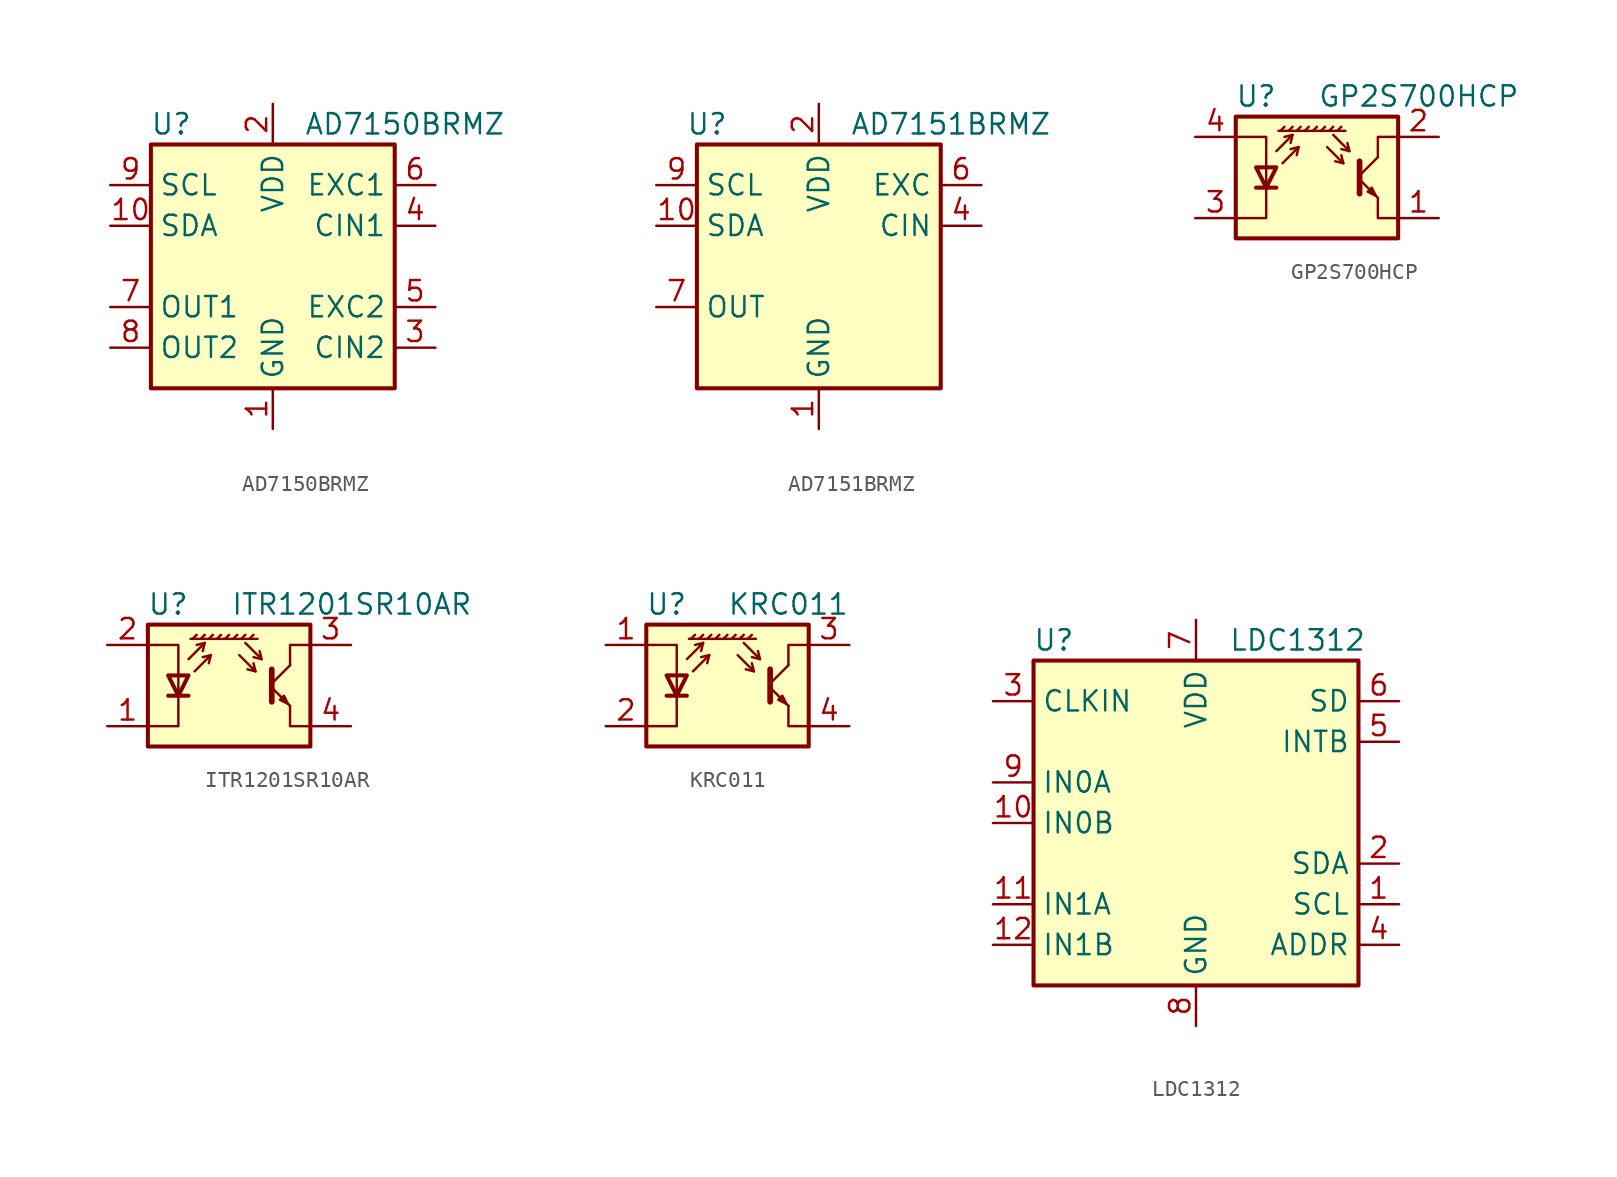
<source format=kicad_sym>
(kicad_symbol_lib
  (version 20241209)
  (generator "kicad_symbol_editor")
  (generator_version "9.0")
  (symbol "AD7150BRMZ"
    (property "Reference" "U"
      (at -6.35 8.89 0)
      (effects (font (size 1.27 1.27))))
    (property "Value" "AD7150BRMZ"
      (at 8.255 8.89 0)
      (effects (font (size 1.27 1.27))))
    (symbol "AD7150BRMZ_0_0"
      (pin input line (at -10.16 5.08 0) (length 2.54) (name "SCL" (effects (font (size 1.27 1.27)))) (number "9" (effects (font (size 1.27 1.27)))))
      (pin bidirectional line (at -10.16 2.54 0) (length 2.54) (name "SDA" (effects (font (size 1.27 1.27)))) (number "10" (effects (font (size 1.27 1.27)))))
      (pin output line (at -10.16 -2.54 0) (length 2.54) (name "OUT1" (effects (font (size 1.27 1.27)))) (number "7" (effects (font (size 1.27 1.27)))))
      (pin output line (at -10.16 -5.08 0) (length 2.54) (name "OUT2" (effects (font (size 1.27 1.27)))) (number "8" (effects (font (size 1.27 1.27)))))
      (pin power_in line (at 0 10.16 270) (length 2.54) (name "VDD" (effects (font (size 1.27 1.27)))) (number "2" (effects (font (size 1.27 1.27)))))
      (pin power_in line (at 0 -10.16 90) (length 2.54) (name "GND" (effects (font (size 1.27 1.27)))) (number "1" (effects (font (size 1.27 1.27)))))
      (pin output line (at 10.16 5.08 180) (length 2.54) (name "EXC1" (effects (font (size 1.27 1.27)))) (number "6" (effects (font (size 1.27 1.27)))))
      (pin passive line (at 10.16 2.54 180) (length 2.54) (name "CIN1" (effects (font (size 1.27 1.27)))) (number "4" (effects (font (size 1.27 1.27)))))
      (pin output line (at 10.16 -2.54 180) (length 2.54) (name "EXC2" (effects (font (size 1.27 1.27)))) (number "5" (effects (font (size 1.27 1.27)))))
      (pin passive line (at 10.16 -5.08 180) (length 2.54) (name "CIN2" (effects (font (size 1.27 1.27)))) (number "3" (effects (font (size 1.27 1.27))))))
    (symbol "AD7150BRMZ_1_1"
      (rectangle (start -7.62 7.62) (end 7.62 -7.62) (stroke (width 0.254) (type default)) (fill (type background)))))
  (symbol "AD7151BRMZ"
    (property "Reference" "U"
      (at -6.985 8.89 0)
      (effects (font (size 1.27 1.27))))
    (property "Value" "AD7151BRMZ"
      (at 8.255 8.89 0)
      (effects (font (size 1.27 1.27))))
    (symbol "AD7151BRMZ_0_0"
      (pin input line (at -10.16 5.08 0) (length 2.54) (name "SCL" (effects (font (size 1.27 1.27)))) (number "9" (effects (font (size 1.27 1.27)))))
      (pin bidirectional line (at -10.16 2.54 0) (length 2.54) (name "SDA" (effects (font (size 1.27 1.27)))) (number "10" (effects (font (size 1.27 1.27)))))
      (pin power_in line (at 0 10.16 270) (length 2.54) (name "VDD" (effects (font (size 1.27 1.27)))) (number "2" (effects (font (size 1.27 1.27)))))
      (pin power_in line (at 0 -10.16 90) (length 2.54) (name "GND" (effects (font (size 1.27 1.27)))) (number "1" (effects (font (size 1.27 1.27))))))
    (symbol "AD7151BRMZ_1_0"
      (pin output line (at -10.16 -2.54 0) (length 2.54) (name "OUT" (effects (font (size 1.27 1.27)))) (number "7" (effects (font (size 1.27 1.27)))))
      (pin no_connect line (at -7.62 -5.08 0) (length 2.54) (hide yes) (name "NC" (effects (font (size 1.27 1.27)))) (number "8" (effects (font (size 1.27 1.27)))))
      (pin no_connect line (at 7.62 -2.54 180) (length 2.54) (hide yes) (name "NC" (effects (font (size 1.27 1.27)))) (number "5" (effects (font (size 1.27 1.27)))))
      (pin no_connect line (at 7.62 -5.08 180) (length 2.54) (hide yes) (name "NC" (effects (font (size 1.27 1.27)))) (number "3" (effects (font (size 1.27 1.27)))))
      (pin output line (at 10.16 5.08 180) (length 2.54) (name "EXC" (effects (font (size 1.27 1.27)))) (number "6" (effects (font (size 1.27 1.27)))))
      (pin passive line (at 10.16 2.54 180) (length 2.54) (name "CIN" (effects (font (size 1.27 1.27)))) (number "4" (effects (font (size 1.27 1.27))))))
    (symbol "AD7151BRMZ_1_1"
      (rectangle (start -7.62 7.62) (end 7.62 -7.62) (stroke (width 0.254) (type default)) (fill (type background)))))
  (symbol "GP2S700HCP"
    (pin_names
      (offset 0.025)
      (hide yes))
    (property "Reference" "U"
      (at -3.81 5.08 0)
      (effects (font (size 1.27 1.27))))
    (property "Value" "GP2S700HCP"
      (at 12.7 5.08 0)
      (effects (font (size 1.27 1.27)) (justify right)))
    (symbol "GP2S700HCP_0_1"
      (polyline (pts (xy -5.08 -2.54) (xy -3.175 -2.54) (xy -3.175 2.54) (xy -5.08 2.54)) (stroke (width 0) (type default)) (fill (type none)))
      (polyline (pts (xy -5.08 -3.81) (xy 5.08 -3.81) (xy 5.08 3.81) (xy -5.08 3.81) (xy -5.08 -3.81)) (stroke (width 0.254) (type default)) (fill (type background)))
      (polyline (pts (xy -3.81 -0.635) (xy -2.54 -0.635)) (stroke (width 0.254) (type default)) (fill (type none)))
      (polyline (pts (xy -3.175 -0.635) (xy -3.81 0.635) (xy -2.54 0.635) (xy -3.175 -0.635)) (stroke (width 0.254) (type default)) (fill (type none)))
      (polyline (pts (xy -2.54 1.651) (xy -1.524 2.667) (xy -2.032 2.54)) (stroke (width 0) (type default)) (fill (type none)))
      (polyline (pts (xy -2.286 2.921) (xy -2.032 3.175)) (stroke (width 0) (type default)) (fill (type none)))
      (polyline (pts (xy -2.159 0.889) (xy -1.143 1.905) (xy -1.651 1.778)) (stroke (width 0) (type default)) (fill (type none)))
      (polyline (pts (xy -1.778 2.921) (xy -1.524 3.175)) (stroke (width 0) (type default)) (fill (type none)))
      (polyline (pts (xy -1.524 2.667) (xy -1.651 2.159)) (stroke (width 0) (type default)) (fill (type none)))
      (polyline (pts (xy -1.27 2.921) (xy -1.016 3.175)) (stroke (width 0) (type default)) (fill (type none)))
      (polyline (pts (xy -1.143 1.905) (xy -1.27 1.397)) (stroke (width 0) (type default)) (fill (type none)))
      (polyline (pts (xy -0.762 2.921) (xy -0.508 3.175)) (stroke (width 0) (type default)) (fill (type none)))
      (polyline (pts (xy -0.254 2.921) (xy 0 3.175)) (stroke (width 0) (type default)) (fill (type none)))
      (polyline (pts (xy 0.254 2.921) (xy 0.508 3.175)) (stroke (width 0) (type default)) (fill (type none)))
      (polyline (pts (xy 0.635 1.905) (xy 1.651 0.889) (xy 1.524 1.397)) (stroke (width 0) (type default)) (fill (type none)))
      (polyline (pts (xy 0.762 2.921) (xy 1.016 3.175)) (stroke (width 0) (type default)) (fill (type none)))
      (polyline (pts (xy 1.016 2.667) (xy 2.032 1.651) (xy 1.905 2.159)) (stroke (width 0) (type default)) (fill (type none)))
      (polyline (pts (xy 1.27 2.921) (xy 1.524 3.175)) (stroke (width 0) (type default)) (fill (type none)))
      (polyline (pts (xy 1.651 0.889) (xy 1.143 1.016)) (stroke (width 0) (type default)) (fill (type none)))
      (polyline (pts (xy 1.778 2.921) (xy -2.413 2.921)) (stroke (width 0) (type default)) (fill (type none)))
      (polyline (pts (xy 2.032 1.651) (xy 1.524 1.778)) (stroke (width 0) (type default)) (fill (type none)))
      (polyline (pts (xy 2.667 1.016) (xy 2.667 -1.016) (xy 2.667 -1.016)) (stroke (width 0.356) (type default)) (fill (type none)))
      (polyline (pts (xy 2.667 0.127) (xy 3.81 1.27)) (stroke (width 0) (type default)) (fill (type none)))
      (polyline (pts (xy 2.667 -0.127) (xy 3.81 -1.27)) (stroke (width 0) (type default)) (fill (type none)))
      (polyline (pts (xy 3.683 -1.143) (xy 3.429 -0.635) (xy 3.175 -0.889) (xy 3.683 -1.143)) (stroke (width 0) (type default)) (fill (type none)))
      (polyline (pts (xy 3.81 1.27) (xy 3.81 2.54) (xy 5.08 2.54)) (stroke (width 0) (type default)) (fill (type none)))
      (polyline (pts (xy 3.81 -1.27) (xy 3.81 -2.54) (xy 5.08 -2.54)) (stroke (width 0) (type default)) (fill (type none))))
    (symbol "GP2S700HCP_1_1"
      (pin passive line (at -7.62 2.54 0) (length 2.54) (name "A" (effects (font (size 1.27 1.27)))) (number "4" (effects (font (size 1.27 1.27)))))
      (pin passive line (at -7.62 -2.54 0) (length 2.54) (name "K" (effects (font (size 1.27 1.27)))) (number "3" (effects (font (size 1.27 1.27)))))
      (pin open_collector line (at 7.62 2.54 180) (length 2.54) (name "~" (effects (font (size 1.27 1.27)))) (number "2" (effects (font (size 1.27 1.27)))))
      (pin open_emitter line (at 7.62 -2.54 180) (length 2.54) (name "~" (effects (font (size 1.27 1.27)))) (number "1" (effects (font (size 1.27 1.27)))))))
  (symbol "ITR1201SR10AR"
    (pin_names
      (offset 0.025)
      (hide yes))
    (property "Reference" "U"
      (at -3.81 5.08 0)
      (effects (font (size 1.27 1.27))))
    (property "Value" "ITR1201SR10AR"
      (at 15.24 5.08 0)
      (effects (font (size 1.27 1.27)) (justify right)))
    (symbol "ITR1201SR10AR_0_1"
      (polyline (pts (xy -5.08 -2.54) (xy -3.175 -2.54) (xy -3.175 2.54) (xy -5.08 2.54)) (stroke (width 0) (type default)) (fill (type none)))
      (polyline (pts (xy -5.08 -3.81) (xy 5.08 -3.81) (xy 5.08 3.81) (xy -5.08 3.81) (xy -5.08 -3.81)) (stroke (width 0.254) (type default)) (fill (type background)))
      (polyline (pts (xy -3.81 -0.635) (xy -2.54 -0.635)) (stroke (width 0.254) (type default)) (fill (type none)))
      (polyline (pts (xy -3.175 -0.635) (xy -3.81 0.635) (xy -2.54 0.635) (xy -3.175 -0.635)) (stroke (width 0.254) (type default)) (fill (type none)))
      (polyline (pts (xy -2.54 1.651) (xy -1.524 2.667) (xy -2.032 2.54)) (stroke (width 0) (type default)) (fill (type none)))
      (polyline (pts (xy -2.286 2.921) (xy -2.032 3.175)) (stroke (width 0) (type default)) (fill (type none)))
      (polyline (pts (xy -2.159 0.889) (xy -1.143 1.905) (xy -1.651 1.778)) (stroke (width 0) (type default)) (fill (type none)))
      (polyline (pts (xy -1.778 2.921) (xy -1.524 3.175)) (stroke (width 0) (type default)) (fill (type none)))
      (polyline (pts (xy -1.524 2.667) (xy -1.651 2.159)) (stroke (width 0) (type default)) (fill (type none)))
      (polyline (pts (xy -1.27 2.921) (xy -1.016 3.175)) (stroke (width 0) (type default)) (fill (type none)))
      (polyline (pts (xy -1.143 1.905) (xy -1.27 1.397)) (stroke (width 0) (type default)) (fill (type none)))
      (polyline (pts (xy -0.762 2.921) (xy -0.508 3.175)) (stroke (width 0) (type default)) (fill (type none)))
      (polyline (pts (xy -0.254 2.921) (xy 0 3.175)) (stroke (width 0) (type default)) (fill (type none)))
      (polyline (pts (xy 0.254 2.921) (xy 0.508 3.175)) (stroke (width 0) (type default)) (fill (type none)))
      (polyline (pts (xy 0.635 1.905) (xy 1.651 0.889) (xy 1.524 1.397)) (stroke (width 0) (type default)) (fill (type none)))
      (polyline (pts (xy 0.762 2.921) (xy 1.016 3.175)) (stroke (width 0) (type default)) (fill (type none)))
      (polyline (pts (xy 1.016 2.667) (xy 2.032 1.651) (xy 1.905 2.159)) (stroke (width 0) (type default)) (fill (type none)))
      (polyline (pts (xy 1.27 2.921) (xy 1.524 3.175)) (stroke (width 0) (type default)) (fill (type none)))
      (polyline (pts (xy 1.651 0.889) (xy 1.143 1.016)) (stroke (width 0) (type default)) (fill (type none)))
      (polyline (pts (xy 1.778 2.921) (xy -2.413 2.921)) (stroke (width 0) (type default)) (fill (type none)))
      (polyline (pts (xy 2.032 1.651) (xy 1.524 1.778)) (stroke (width 0) (type default)) (fill (type none)))
      (polyline (pts (xy 2.667 1.016) (xy 2.667 -1.016) (xy 2.667 -1.016)) (stroke (width 0.356) (type default)) (fill (type none)))
      (polyline (pts (xy 2.667 0.127) (xy 3.81 1.27)) (stroke (width 0) (type default)) (fill (type none)))
      (polyline (pts (xy 2.667 -0.127) (xy 3.81 -1.27)) (stroke (width 0) (type default)) (fill (type none)))
      (polyline (pts (xy 3.683 -1.143) (xy 3.429 -0.635) (xy 3.175 -0.889) (xy 3.683 -1.143)) (stroke (width 0) (type default)) (fill (type none)))
      (polyline (pts (xy 3.81 1.27) (xy 3.81 2.54) (xy 5.08 2.54)) (stroke (width 0) (type default)) (fill (type none)))
      (polyline (pts (xy 3.81 -1.27) (xy 3.81 -2.54) (xy 5.08 -2.54)) (stroke (width 0) (type default)) (fill (type none))))
    (symbol "ITR1201SR10AR_1_1"
      (pin passive line (at -7.62 2.54 0) (length 2.54) (name "A" (effects (font (size 1.27 1.27)))) (number "2" (effects (font (size 1.27 1.27)))))
      (pin passive line (at -7.62 -2.54 0) (length 2.54) (name "K" (effects (font (size 1.27 1.27)))) (number "1" (effects (font (size 1.27 1.27)))))
      (pin open_collector line (at 7.62 2.54 180) (length 2.54) (name "~" (effects (font (size 1.27 1.27)))) (number "3" (effects (font (size 1.27 1.27)))))
      (pin open_emitter line (at 7.62 -2.54 180) (length 2.54) (name "~" (effects (font (size 1.27 1.27)))) (number "4" (effects (font (size 1.27 1.27)))))))
  (symbol "KRC011"
    (pin_names
      (offset 1.016)
      (hide yes))
    (property "Reference" "U"
      (at -3.81 5.08 0)
      (effects (font (size 1.27 1.27))))
    (property "Value" "KRC011"
      (at 7.62 5.08 0)
      (effects (font (size 1.27 1.27)) (justify right)))
    (symbol "KRC011_0_1"
      (polyline (pts (xy -5.08 -2.54) (xy -3.175 -2.54) (xy -3.175 2.54) (xy -5.08 2.54)) (stroke (width 0) (type default)) (fill (type none)))
      (polyline (pts (xy -5.08 -3.81) (xy 5.08 -3.81) (xy 5.08 3.81) (xy -5.08 3.81) (xy -5.08 -3.81)) (stroke (width 0.254) (type default)) (fill (type background)))
      (polyline (pts (xy -3.81 -0.635) (xy -2.54 -0.635)) (stroke (width 0.254) (type default)) (fill (type none)))
      (polyline (pts (xy -3.175 -0.635) (xy -3.81 0.635) (xy -2.54 0.635) (xy -3.175 -0.635)) (stroke (width 0.254) (type default)) (fill (type none)))
      (polyline (pts (xy -2.54 1.651) (xy -1.524 2.667) (xy -2.032 2.54)) (stroke (width 0) (type default)) (fill (type none)))
      (polyline (pts (xy -2.286 2.921) (xy -2.032 3.175)) (stroke (width 0) (type default)) (fill (type none)))
      (polyline (pts (xy -2.159 0.889) (xy -1.143 1.905) (xy -1.651 1.778)) (stroke (width 0) (type default)) (fill (type none)))
      (polyline (pts (xy -1.778 2.921) (xy -1.524 3.175)) (stroke (width 0) (type default)) (fill (type none)))
      (polyline (pts (xy -1.524 2.667) (xy -1.651 2.159)) (stroke (width 0) (type default)) (fill (type none)))
      (polyline (pts (xy -1.27 2.921) (xy -1.016 3.175)) (stroke (width 0) (type default)) (fill (type none)))
      (polyline (pts (xy -1.143 1.905) (xy -1.27 1.397)) (stroke (width 0) (type default)) (fill (type none)))
      (polyline (pts (xy -0.762 2.921) (xy -0.508 3.175)) (stroke (width 0) (type default)) (fill (type none)))
      (polyline (pts (xy -0.254 2.921) (xy 0 3.175)) (stroke (width 0) (type default)) (fill (type none)))
      (polyline (pts (xy 0.254 2.921) (xy 0.508 3.175)) (stroke (width 0) (type default)) (fill (type none)))
      (polyline (pts (xy 0.635 1.905) (xy 1.651 0.889) (xy 1.524 1.397)) (stroke (width 0) (type default)) (fill (type none)))
      (polyline (pts (xy 0.762 2.921) (xy 1.016 3.175)) (stroke (width 0) (type default)) (fill (type none)))
      (polyline (pts (xy 1.016 2.667) (xy 2.032 1.651) (xy 1.905 2.159)) (stroke (width 0) (type default)) (fill (type none)))
      (polyline (pts (xy 1.27 2.921) (xy 1.524 3.175)) (stroke (width 0) (type default)) (fill (type none)))
      (polyline (pts (xy 1.651 0.889) (xy 1.143 1.016)) (stroke (width 0) (type default)) (fill (type none)))
      (polyline (pts (xy 1.778 2.921) (xy -2.413 2.921)) (stroke (width 0) (type default)) (fill (type none)))
      (polyline (pts (xy 2.032 1.651) (xy 1.524 1.778)) (stroke (width 0) (type default)) (fill (type none)))
      (polyline (pts (xy 2.667 1.016) (xy 2.667 -1.016) (xy 2.667 -1.016)) (stroke (width 0.356) (type default)) (fill (type none)))
      (polyline (pts (xy 2.667 0.127) (xy 3.81 1.27)) (stroke (width 0) (type default)) (fill (type none)))
      (polyline (pts (xy 2.667 -0.127) (xy 3.81 -1.27)) (stroke (width 0) (type default)) (fill (type none)))
      (polyline (pts (xy 3.683 -1.143) (xy 3.429 -0.635) (xy 3.175 -0.889) (xy 3.683 -1.143)) (stroke (width 0) (type default)) (fill (type none)))
      (polyline (pts (xy 3.81 1.27) (xy 3.81 2.54) (xy 5.08 2.54)) (stroke (width 0) (type default)) (fill (type none)))
      (polyline (pts (xy 3.81 -1.27) (xy 3.81 -2.54) (xy 5.08 -2.54)) (stroke (width 0) (type default)) (fill (type none))))
    (symbol "KRC011_1_1"
      (pin passive line (at -7.62 2.54 0) (length 2.54) (name "A" (effects (font (size 1.27 1.27)))) (number "1" (effects (font (size 1.27 1.27)))))
      (pin passive line (at -7.62 -2.54 0) (length 2.54) (name "K" (effects (font (size 1.27 1.27)))) (number "2" (effects (font (size 1.27 1.27)))))
      (pin open_collector line (at 7.62 2.54 180) (length 2.54) (name "C" (effects (font (size 1.27 1.27)))) (number "3" (effects (font (size 1.27 1.27)))))
      (pin open_emitter line (at 7.62 -2.54 180) (length 2.54) (name "E" (effects (font (size 1.27 1.27)))) (number "4" (effects (font (size 1.27 1.27)))))))
  (symbol "LDC1312"
    (property "Reference" "U"
      (at -8.89 11.43 0)
      (effects (font (size 1.27 1.27))))
    (property "Value" "LDC1312"
      (at 6.35 11.43 0)
      (effects (font (size 1.27 1.27))))
    (symbol "LDC1312_0_1"
      (rectangle (start -10.16 -10.16) (end 10.16 10.16) (stroke (width 0.254) (type default)) (fill (type background))))
    (symbol "LDC1312_1_1"
      (pin input line (at -12.7 7.62 0) (length 2.54) (name "CLKIN" (effects (font (size 1.27 1.27)))) (number "3" (effects (font (size 1.27 1.27)))))
      (pin input line (at -12.7 2.54 0) (length 2.54) (name "IN0A" (effects (font (size 1.27 1.27)))) (number "9" (effects (font (size 1.27 1.27)))))
      (pin input line (at -12.7 0 0) (length 2.54) (name "IN0B" (effects (font (size 1.27 1.27)))) (number "10" (effects (font (size 1.27 1.27)))))
      (pin input line (at -12.7 -5.08 0) (length 2.54) (name "IN1A" (effects (font (size 1.27 1.27)))) (number "11" (effects (font (size 1.27 1.27)))))
      (pin input line (at -12.7 -7.62 0) (length 2.54) (name "IN1B" (effects (font (size 1.27 1.27)))) (number "12" (effects (font (size 1.27 1.27)))))
      (pin power_in line (at 0 12.7 270) (length 2.54) (name "VDD" (effects (font (size 1.27 1.27)))) (number "7" (effects (font (size 1.27 1.27)))))
      (pin passive line (at 0 -12.7 90) (length 2.54) (hide yes) (name "GND" (effects (font (size 1.27 1.27)))) (number "13" (effects (font (size 1.27 1.27)))))
      (pin power_in line (at 0 -12.7 90) (length 2.54) (name "GND" (effects (font (size 1.27 1.27)))) (number "8" (effects (font (size 1.27 1.27)))))
      (pin input line (at 12.7 7.62 180) (length 2.54) (name "SD" (effects (font (size 1.27 1.27)))) (number "6" (effects (font (size 1.27 1.27)))))
      (pin open_collector line (at 12.7 5.08 180) (length 2.54) (name "INTB" (effects (font (size 1.27 1.27)))) (number "5" (effects (font (size 1.27 1.27)))))
      (pin bidirectional line (at 12.7 -2.54 180) (length 2.54) (name "SDA" (effects (font (size 1.27 1.27)))) (number "2" (effects (font (size 1.27 1.27)))))
      (pin input line (at 12.7 -5.08 180) (length 2.54) (name "SCL" (effects (font (size 1.27 1.27)))) (number "1" (effects (font (size 1.27 1.27)))))
      (pin input line (at 12.7 -7.62 180) (length 2.54) (name "ADDR" (effects (font (size 1.27 1.27)))) (number "4" (effects (font (size 1.27 1.27))))))))
</source>
